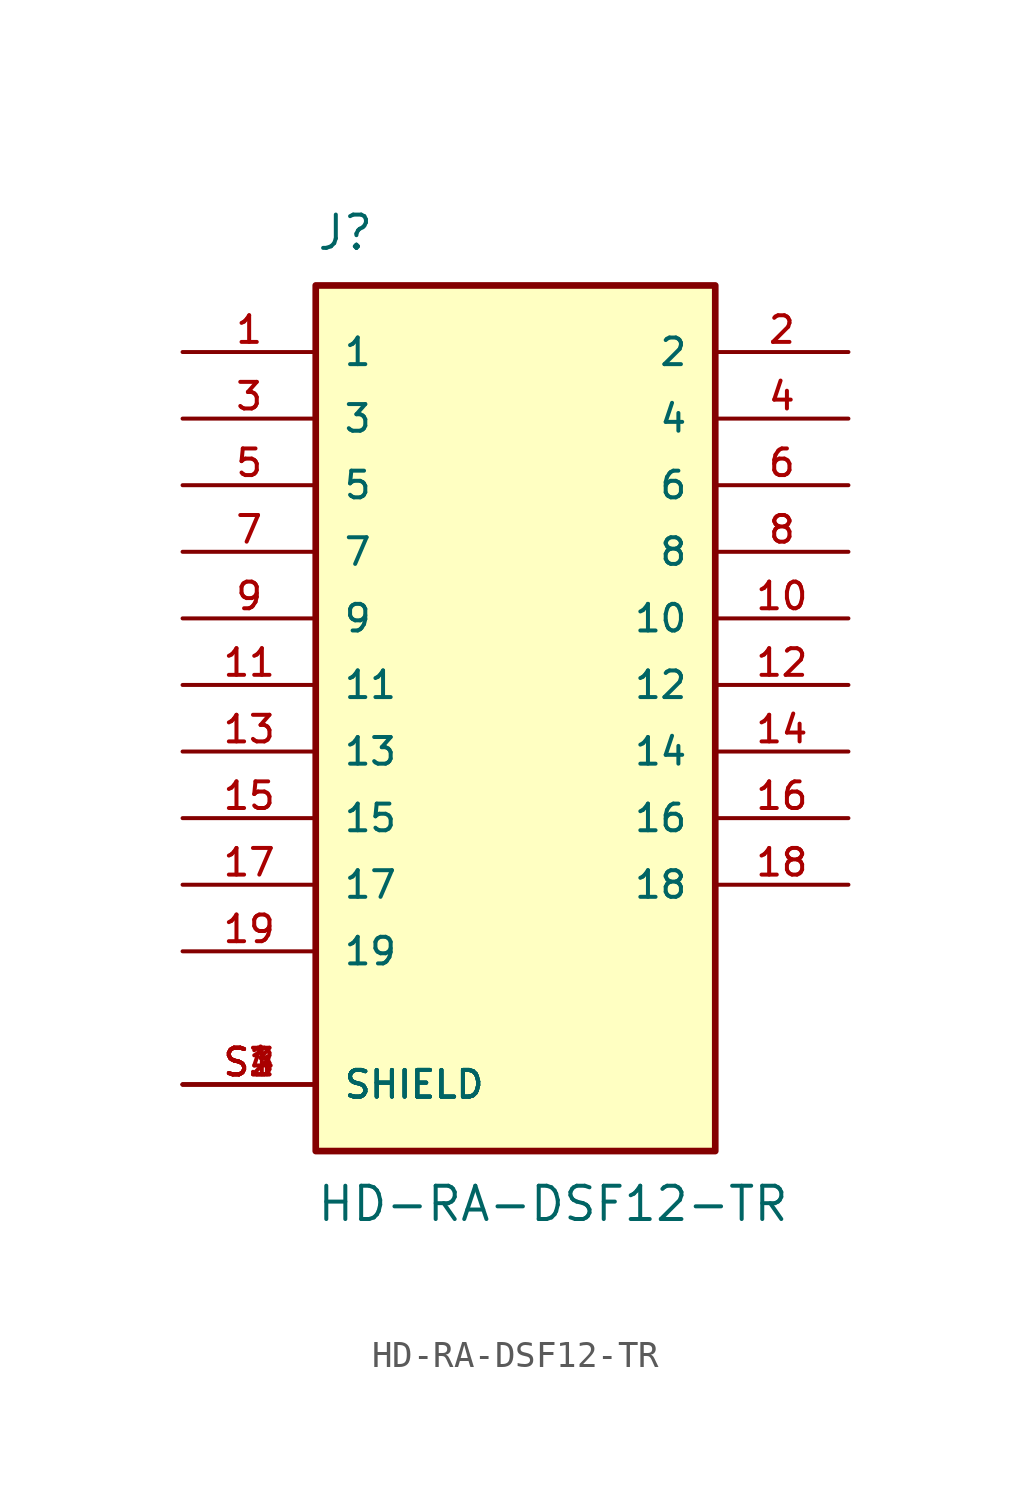
<source format=kicad_sym>
(kicad_symbol_lib
  (version 20211014)
  (generator kicad_symbol_editor)
  (symbol "HD-RA-DSF12-TR"
    (pin_names
      (offset 1.016))
    (property "Reference" "J"
      (at -7.62 16.51 0)
      (effects (font (size 1.27 1.27)) (justify bottom left)))
    (property "Value" "HD-RA-DSF12-TR"
      (at -7.62 -19.05 0)
      (effects (font (size 1.27 1.27)) (justify top left)))
    (symbol "HD-RA-DSF12-TR_0_0"
      (rectangle (start -7.62 -17.78) (end 7.62 15.24) (stroke (width 0.254)) (fill (type background)))
      (pin passive line (at -12.7 12.7 0) (length 5.08) (name "1" (effects (font (size 1.016 1.016)))) (number "1" (effects (font (size 1.016 1.016)))))
      (pin passive line (at 12.7 12.7 180.0) (length 5.08) (name "2" (effects (font (size 1.016 1.016)))) (number "2" (effects (font (size 1.016 1.016)))))
      (pin passive line (at -12.7 10.16 0) (length 5.08) (name "3" (effects (font (size 1.016 1.016)))) (number "3" (effects (font (size 1.016 1.016)))))
      (pin passive line (at 12.7 10.16 180.0) (length 5.08) (name "4" (effects (font (size 1.016 1.016)))) (number "4" (effects (font (size 1.016 1.016)))))
      (pin passive line (at -12.7 7.62 0) (length 5.08) (name "5" (effects (font (size 1.016 1.016)))) (number "5" (effects (font (size 1.016 1.016)))))
      (pin passive line (at 12.7 7.62 180.0) (length 5.08) (name "6" (effects (font (size 1.016 1.016)))) (number "6" (effects (font (size 1.016 1.016)))))
      (pin passive line (at -12.7 5.08 0) (length 5.08) (name "7" (effects (font (size 1.016 1.016)))) (number "7" (effects (font (size 1.016 1.016)))))
      (pin passive line (at 12.7 5.08 180.0) (length 5.08) (name "8" (effects (font (size 1.016 1.016)))) (number "8" (effects (font (size 1.016 1.016)))))
      (pin passive line (at -12.7 2.54 0) (length 5.08) (name "9" (effects (font (size 1.016 1.016)))) (number "9" (effects (font (size 1.016 1.016)))))
      (pin passive line (at 12.7 2.54 180.0) (length 5.08) (name "10" (effects (font (size 1.016 1.016)))) (number "10" (effects (font (size 1.016 1.016)))))
      (pin passive line (at -12.7 0.0 0) (length 5.08) (name "11" (effects (font (size 1.016 1.016)))) (number "11" (effects (font (size 1.016 1.016)))))
      (pin passive line (at 12.7 0.0 180.0) (length 5.08) (name "12" (effects (font (size 1.016 1.016)))) (number "12" (effects (font (size 1.016 1.016)))))
      (pin passive line (at -12.7 -2.54 0) (length 5.08) (name "13" (effects (font (size 1.016 1.016)))) (number "13" (effects (font (size 1.016 1.016)))))
      (pin passive line (at 12.7 -2.54 180.0) (length 5.08) (name "14" (effects (font (size 1.016 1.016)))) (number "14" (effects (font (size 1.016 1.016)))))
      (pin passive line (at -12.7 -5.08 0) (length 5.08) (name "15" (effects (font (size 1.016 1.016)))) (number "15" (effects (font (size 1.016 1.016)))))
      (pin passive line (at 12.7 -5.08 180.0) (length 5.08) (name "16" (effects (font (size 1.016 1.016)))) (number "16" (effects (font (size 1.016 1.016)))))
      (pin passive line (at -12.7 -7.62 0) (length 5.08) (name "17" (effects (font (size 1.016 1.016)))) (number "17" (effects (font (size 1.016 1.016)))))
      (pin passive line (at 12.7 -7.62 180.0) (length 5.08) (name "18" (effects (font (size 1.016 1.016)))) (number "18" (effects (font (size 1.016 1.016)))))
      (pin passive line (at -12.7 -10.16 0) (length 5.08) (name "19" (effects (font (size 1.016 1.016)))) (number "19" (effects (font (size 1.016 1.016)))))
      (pin passive line (at -12.7 -15.24 0) (length 5.08) (name "SHIELD" (effects (font (size 1.016 1.016)))) (number "S1" (effects (font (size 1.016 1.016)))))
      (pin passive line (at -12.7 -15.24 0) (length 5.08) (name "SHIELD" (effects (font (size 1.016 1.016)))) (number "S2" (effects (font (size 1.016 1.016)))))
      (pin passive line (at -12.7 -15.24 0) (length 5.08) (name "SHIELD" (effects (font (size 1.016 1.016)))) (number "S3" (effects (font (size 1.016 1.016)))))
      (pin passive line (at -12.7 -15.24 0) (length 5.08) (name "SHIELD" (effects (font (size 1.016 1.016)))) (number "S4" (effects (font (size 1.016 1.016))))))))
</source>
